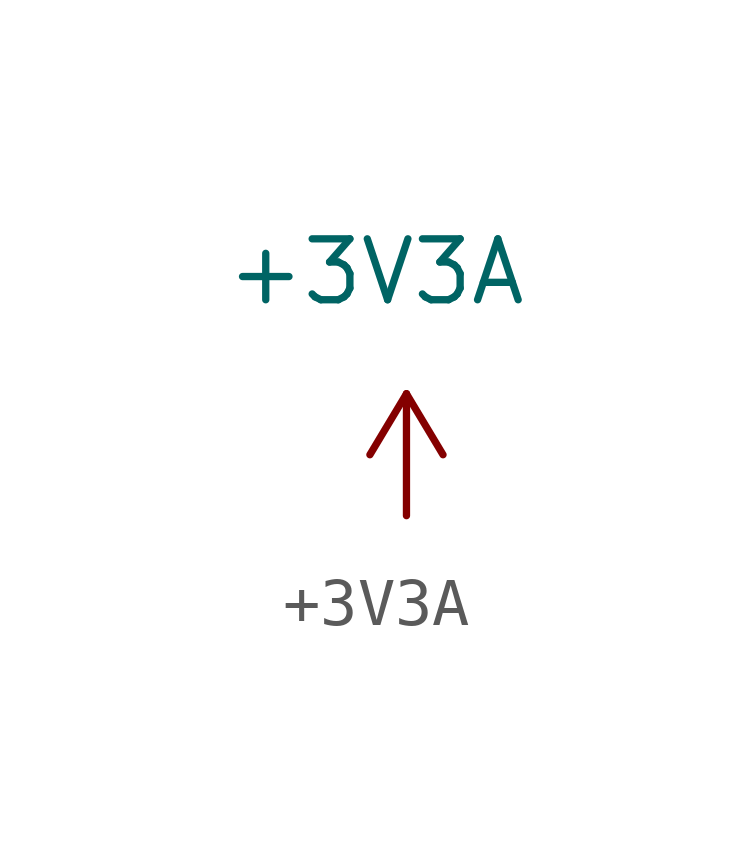
<source format=kicad_sym>
(kicad_symbol_lib
  (version 20211014)
  (generator kicad_symbol_editor)
  (symbol "+3V3A"
    (property "Reference" "#PWR"
      (at 0 -2.54 0)
      (effects (font (size 1.27 1.27)) hide))
    (property "Value" "+3V3A"
      (at -0.635 5.08 0)
      (effects (font (size 1.27 1.27))))
    (symbol "+3V3A_0_1"
      (polyline (pts (xy -0.762 1.27) (xy 0 2.54)) (stroke (width 0) (type default) (color 0 0 0 0)) (fill (type none)))
      (polyline (pts (xy 0 0) (xy 0 2.54)) (stroke (width 0) (type default) (color 0 0 0 0)) (fill (type none)))
      (polyline (pts (xy 0 2.54) (xy 0.762 1.27)) (stroke (width 0) (type default) (color 0 0 0 0)) (fill (type none))))
    (symbol "+3V3A_1_1"
      (pin power_in line (at 0 0 90) (length 0) hide (name "+3V3A" (effects (font (size 1.27 1.27)))) (number "1" (effects (font (size 1.27 1.27))))))))
</source>
